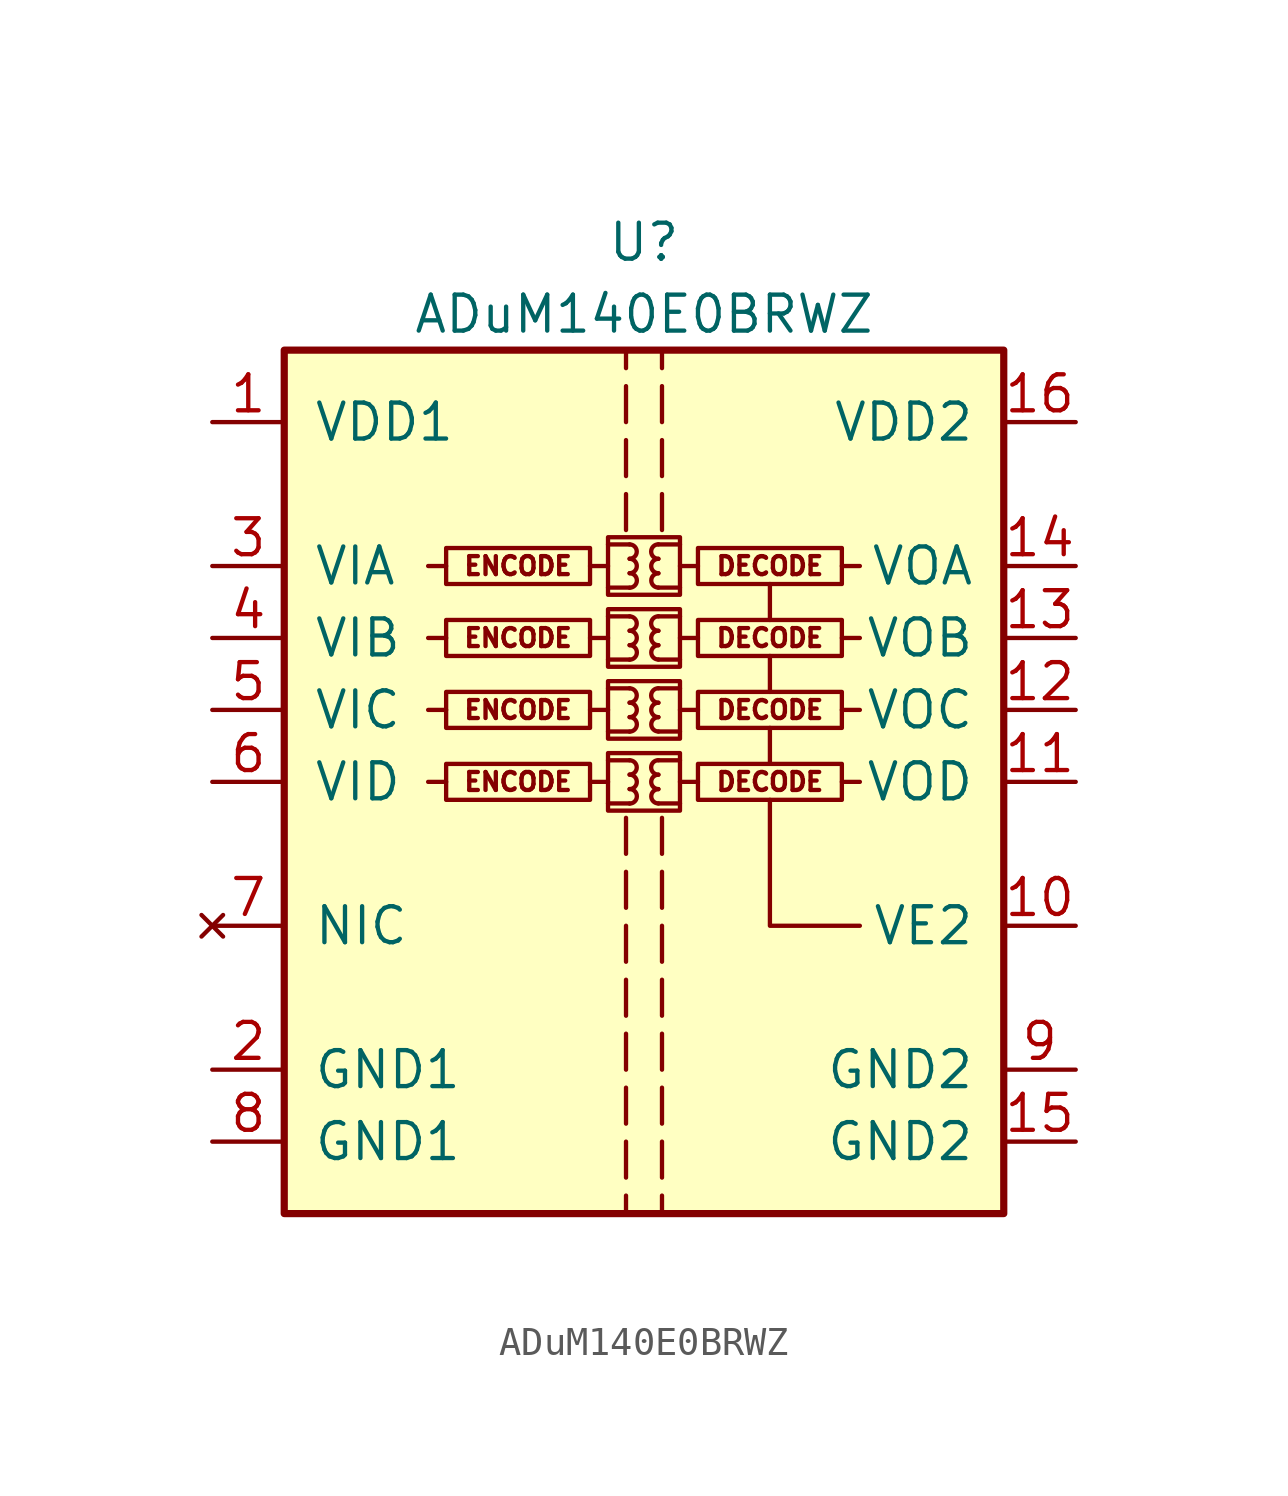
<source format=kicad_sym>
(kicad_symbol_lib
  (version 20220914)
  (generator kicad_symbol_editor)
  (symbol "ADuM140E0BRWZ"
    (pin_names
      (offset 1.016))
    (property "Reference" "U"
      (at 0 19.05 0)
      (effects (font (size 1.27 1.27))))
    (property "Value" "ADuM140E0BRWZ"
      (at 0 16.51 0)
      (effects (font (size 1.27 1.27))))
    (symbol "ADuM140E0BRWZ_0_0"
      (rectangle (start -1.905 0.635) (end -6.985 -0.635) (stroke (width 0) (type solid)) (fill (type none)))
      (rectangle (start -1.27 1.016) (end 1.27 -1.016) (stroke (width 0) (type solid)) (fill (type none)))
      (rectangle (start -1.27 3.556) (end 1.27 1.524) (stroke (width 0) (type solid)) (fill (type none)))
      (rectangle (start -1.27 6.096) (end 1.27 4.064) (stroke (width 0) (type solid)) (fill (type none)))
      (rectangle (start -1.27 8.636) (end 1.27 6.604) (stroke (width 0) (type solid)) (fill (type none)))
      (arc (start -0.508 -0.762) (mid -0.2551 -0.508) (end -0.508 -0.254) (stroke (width 0) (type solid)) (fill (type none)))
      (arc (start -0.508 -0.254) (mid -0.2551 0) (end -0.508 0.254) (stroke (width 0) (type solid)) (fill (type none)))
      (arc (start -0.508 0.254) (mid -0.2551 0.508) (end -0.508 0.762) (stroke (width 0) (type solid)) (fill (type none)))
      (arc (start -0.508 1.778) (mid -0.2551 2.032) (end -0.508 2.286) (stroke (width 0) (type solid)) (fill (type none)))
      (arc (start -0.508 2.286) (mid -0.2551 2.54) (end -0.508 2.794) (stroke (width 0) (type solid)) (fill (type none)))
      (arc (start -0.508 2.794) (mid -0.2551 3.048) (end -0.508 3.302) (stroke (width 0) (type solid)) (fill (type none)))
      (arc (start -0.508 4.318) (mid -0.2551 4.572) (end -0.508 4.826) (stroke (width 0) (type solid)) (fill (type none)))
      (arc (start -0.508 4.826) (mid -0.2551 5.08) (end -0.508 5.334) (stroke (width 0) (type solid)) (fill (type none)))
      (arc (start -0.508 5.334) (mid -0.2551 5.588) (end -0.508 5.842) (stroke (width 0) (type solid)) (fill (type none)))
      (arc (start -0.508 6.858) (mid -0.2551 7.112) (end -0.508 7.366) (stroke (width 0) (type solid)) (fill (type none)))
      (arc (start -0.508 7.366) (mid -0.2551 7.62) (end -0.508 7.874) (stroke (width 0) (type solid)) (fill (type none)))
      (arc (start -0.508 7.874) (mid -0.2551 8.128) (end -0.508 8.382) (stroke (width 0) (type solid)) (fill (type none)))
      (polyline (pts (xy -6.985 0) (xy -7.62 0)) (stroke (width 0) (type solid)) (fill (type none)))
      (polyline (pts (xy -6.985 2.54) (xy -7.62 2.54)) (stroke (width 0) (type solid)) (fill (type none)))
      (polyline (pts (xy -6.985 5.08) (xy -7.62 5.08)) (stroke (width 0) (type solid)) (fill (type none)))
      (polyline (pts (xy -6.985 7.62) (xy -7.62 7.62)) (stroke (width 0) (type solid)) (fill (type none)))
      (polyline (pts (xy -1.905 0) (xy -1.27 0)) (stroke (width 0) (type solid)) (fill (type none)))
      (polyline (pts (xy -1.905 2.54) (xy -1.27 2.54)) (stroke (width 0) (type solid)) (fill (type none)))
      (polyline (pts (xy -1.905 5.08) (xy -1.27 5.08)) (stroke (width 0) (type solid)) (fill (type none)))
      (polyline (pts (xy -1.905 7.62) (xy -1.27 7.62)) (stroke (width 0) (type solid)) (fill (type none)))
      (polyline (pts (xy -1.27 -0.762) (xy -0.508 -0.762)) (stroke (width 0) (type solid)) (fill (type none)))
      (polyline (pts (xy -1.27 0.762) (xy -0.508 0.762)) (stroke (width 0) (type solid)) (fill (type none)))
      (polyline (pts (xy -1.27 1.778) (xy -0.508 1.778)) (stroke (width 0) (type solid)) (fill (type none)))
      (polyline (pts (xy -1.27 3.302) (xy -0.508 3.302)) (stroke (width 0) (type solid)) (fill (type none)))
      (polyline (pts (xy -1.27 4.318) (xy -0.508 4.318)) (stroke (width 0) (type solid)) (fill (type none)))
      (polyline (pts (xy -1.27 5.842) (xy -0.508 5.842)) (stroke (width 0) (type solid)) (fill (type none)))
      (polyline (pts (xy -1.27 6.858) (xy -0.508 6.858)) (stroke (width 0) (type solid)) (fill (type none)))
      (polyline (pts (xy -1.27 8.382) (xy -0.508 8.382)) (stroke (width 0) (type solid)) (fill (type none)))
      (polyline (pts (xy -0.635 -10.795) (xy -0.635 -12.065)) (stroke (width 0) (type solid)) (fill (type none)))
      (polyline (pts (xy -0.635 -8.89) (xy -0.635 -10.16)) (stroke (width 0) (type solid)) (fill (type none)))
      (polyline (pts (xy -0.635 -6.985) (xy -0.635 -8.255)) (stroke (width 0) (type solid)) (fill (type none)))
      (polyline (pts (xy -0.635 -5.08) (xy -0.635 -6.35)) (stroke (width 0) (type solid)) (fill (type none)))
      (polyline (pts (xy -0.635 -3.175) (xy -0.635 -4.445)) (stroke (width 0) (type solid)) (fill (type none)))
      (polyline (pts (xy -0.635 -1.27) (xy -0.635 -2.54)) (stroke (width 0) (type solid)) (fill (type none)))
      (polyline (pts (xy -0.635 8.89) (xy -0.635 10.16)) (stroke (width 0) (type solid)) (fill (type none)))
      (polyline (pts (xy -0.635 10.795) (xy -0.635 12.065)) (stroke (width 0) (type solid)) (fill (type none)))
      (polyline (pts (xy -0.635 12.7) (xy -0.635 13.97)) (stroke (width 0) (type solid)) (fill (type none)))
      (polyline (pts (xy -0.635 15.24) (xy -0.635 14.605)) (stroke (width 0) (type solid)) (fill (type none)))
      (polyline (pts (xy 0.635 -10.795) (xy 0.635 -12.065)) (stroke (width 0) (type solid)) (fill (type none)))
      (polyline (pts (xy 0.635 -8.89) (xy 0.635 -10.16)) (stroke (width 0) (type solid)) (fill (type none)))
      (polyline (pts (xy 0.635 -6.985) (xy 0.635 -8.255)) (stroke (width 0) (type solid)) (fill (type none)))
      (polyline (pts (xy 0.635 -5.08) (xy 0.635 -6.35)) (stroke (width 0) (type solid)) (fill (type none)))
      (polyline (pts (xy 0.635 -3.175) (xy 0.635 -4.445)) (stroke (width 0) (type solid)) (fill (type none)))
      (polyline (pts (xy 0.635 -1.27) (xy 0.635 -2.54)) (stroke (width 0) (type solid)) (fill (type none)))
      (polyline (pts (xy 0.635 8.89) (xy 0.635 10.16)) (stroke (width 0) (type solid)) (fill (type none)))
      (polyline (pts (xy 0.635 12.065) (xy 0.635 10.795)) (stroke (width 0) (type solid)) (fill (type none)))
      (polyline (pts (xy 0.635 13.97) (xy 0.635 12.7)) (stroke (width 0) (type solid)) (fill (type none)))
      (polyline (pts (xy 0.635 14.605) (xy 0.635 15.24)) (stroke (width 0) (type solid)) (fill (type none)))
      (polyline (pts (xy 1.27 -0.762) (xy 0.508 -0.762)) (stroke (width 0) (type solid)) (fill (type none)))
      (polyline (pts (xy 1.27 0.762) (xy 0.508 0.762)) (stroke (width 0) (type solid)) (fill (type none)))
      (polyline (pts (xy 1.27 1.778) (xy 0.508 1.778)) (stroke (width 0) (type solid)) (fill (type none)))
      (polyline (pts (xy 1.27 3.302) (xy 0.508 3.302)) (stroke (width 0) (type solid)) (fill (type none)))
      (polyline (pts (xy 1.27 4.318) (xy 0.508 4.318)) (stroke (width 0) (type solid)) (fill (type none)))
      (polyline (pts (xy 1.27 5.842) (xy 0.508 5.842)) (stroke (width 0) (type solid)) (fill (type none)))
      (polyline (pts (xy 1.27 6.858) (xy 0.508 6.858)) (stroke (width 0) (type solid)) (fill (type none)))
      (polyline (pts (xy 1.27 8.382) (xy 0.508 8.382)) (stroke (width 0) (type solid)) (fill (type none)))
      (polyline (pts (xy 1.905 0) (xy 1.27 0)) (stroke (width 0) (type solid)) (fill (type none)))
      (polyline (pts (xy 1.905 2.54) (xy 1.27 2.54)) (stroke (width 0) (type solid)) (fill (type none)))
      (polyline (pts (xy 1.905 5.08) (xy 1.27 5.08)) (stroke (width 0) (type solid)) (fill (type none)))
      (polyline (pts (xy 1.905 7.62) (xy 1.27 7.62)) (stroke (width 0) (type solid)) (fill (type none)))
      (polyline (pts (xy 4.445 0.635) (xy 4.445 1.905)) (stroke (width 0) (type solid)) (fill (type none)))
      (polyline (pts (xy 4.445 3.175) (xy 4.445 4.445)) (stroke (width 0) (type solid)) (fill (type none)))
      (polyline (pts (xy 4.445 5.715) (xy 4.445 6.985)) (stroke (width 0) (type solid)) (fill (type none)))
      (polyline (pts (xy 6.985 0) (xy 7.62 0)) (stroke (width 0) (type solid)) (fill (type none)))
      (polyline (pts (xy 6.985 2.54) (xy 7.62 2.54)) (stroke (width 0) (type solid)) (fill (type none)))
      (polyline (pts (xy 6.985 5.08) (xy 7.62 5.08)) (stroke (width 0) (type solid)) (fill (type none)))
      (polyline (pts (xy 6.985 7.62) (xy 7.62 7.62)) (stroke (width 0) (type solid)) (fill (type none)))
      (polyline (pts (xy 5.715 -5.08) (xy 7.62 -5.08) (xy 4.445 -5.08) (xy 4.445 -0.635)) (stroke (width 0) (type solid)) (fill (type none)))
      (arc (start 0.508 -0.254) (mid 0.2551 -0.508) (end 0.508 -0.762) (stroke (width 0) (type solid)) (fill (type none)))
      (arc (start 0.508 0.254) (mid 0.2551 0) (end 0.508 -0.254) (stroke (width 0) (type solid)) (fill (type none)))
      (arc (start 0.508 0.762) (mid 0.2551 0.508) (end 0.508 0.254) (stroke (width 0) (type solid)) (fill (type none)))
      (arc (start 0.508 2.286) (mid 0.2551 2.032) (end 0.508 1.778) (stroke (width 0) (type solid)) (fill (type none)))
      (arc (start 0.508 2.794) (mid 0.2551 2.54) (end 0.508 2.286) (stroke (width 0) (type solid)) (fill (type none)))
      (arc (start 0.508 3.302) (mid 0.2551 3.048) (end 0.508 2.794) (stroke (width 0) (type solid)) (fill (type none)))
      (arc (start 0.508 4.826) (mid 0.2551 4.572) (end 0.508 4.318) (stroke (width 0) (type solid)) (fill (type none)))
      (arc (start 0.508 5.334) (mid 0.2551 5.08) (end 0.508 4.826) (stroke (width 0) (type solid)) (fill (type none)))
      (arc (start 0.508 5.842) (mid 0.2551 5.588) (end 0.508 5.334) (stroke (width 0) (type solid)) (fill (type none)))
      (arc (start 0.508 7.366) (mid 0.2551 7.112) (end 0.508 6.858) (stroke (width 0) (type solid)) (fill (type none)))
      (arc (start 0.508 7.874) (mid 0.2551 7.62) (end 0.508 7.366) (stroke (width 0) (type solid)) (fill (type none)))
      (arc (start 0.508 8.382) (mid 0.2551 8.128) (end 0.508 7.874) (stroke (width 0) (type solid)) (fill (type none)))
      (rectangle (start 1.905 0.635) (end 6.985 -0.635) (stroke (width 0) (type solid)) (fill (type none)))
      (rectangle (start 1.905 3.175) (end 6.985 1.905) (stroke (width 0) (type solid)) (fill (type none)))
      (rectangle (start 1.905 5.715) (end 6.985 4.445) (stroke (width 0) (type solid)) (fill (type none)))
      (rectangle (start 1.905 8.255) (end 6.985 6.985) (stroke (width 0) (type solid)) (fill (type none)))
      (text "DECODE" (at 4.445 0 0) (effects (font (size 0.635 0.635))))
      (text "DECODE" (at 4.445 2.54 0) (effects (font (size 0.635 0.635))))
      (text "DECODE" (at 4.445 5.08 0) (effects (font (size 0.635 0.635))))
      (text "DECODE" (at 4.445 7.62 0) (effects (font (size 0.635 0.635))))
      (text "ENCODE" (at -4.445 0 0) (effects (font (size 0.635 0.635))))
      (text "ENCODE" (at -4.445 2.54 0) (effects (font (size 0.635 0.635))))
      (text "ENCODE" (at -4.445 5.08 0) (effects (font (size 0.635 0.635))))
      (text "ENCODE" (at -4.445 7.62 0) (effects (font (size 0.635 0.635)))))
    (symbol "ADuM140E0BRWZ_0_1"
      (rectangle (start -12.7 15.24) (end 12.7 -15.24) (stroke (width 0.254) (type solid)) (fill (type background)))
      (rectangle (start -1.905 3.175) (end -6.985 1.905) (stroke (width 0) (type solid)) (fill (type none)))
      (rectangle (start -1.905 5.715) (end -6.985 4.445) (stroke (width 0) (type solid)) (fill (type none)))
      (rectangle (start -1.905 8.255) (end -6.985 6.985) (stroke (width 0) (type solid)) (fill (type none)))
      (polyline (pts (xy -0.635 -14.605) (xy -0.635 -15.24)) (stroke (width 0) (type solid)) (fill (type none)))
      (polyline (pts (xy -0.635 -12.7) (xy -0.635 -13.97)) (stroke (width 0) (type solid)) (fill (type none)))
      (polyline (pts (xy 0.635 -14.605) (xy 0.635 -15.24)) (stroke (width 0) (type solid)) (fill (type none)))
      (polyline (pts (xy 0.635 -12.7) (xy 0.635 -13.97)) (stroke (width 0) (type solid)) (fill (type none))))
    (symbol "ADuM140E0BRWZ_1_1"
      (pin power_in line (at -15.24 12.7 0) (length 2.54) (name "VDD1" (effects (font (size 1.27 1.27)))) (number "1" (effects (font (size 1.27 1.27)))))
      (pin input line (at 15.24 -5.08 180) (length 2.54) (name "VE2" (effects (font (size 1.27 1.27)))) (number "10" (effects (font (size 1.27 1.27)))))
      (pin output line (at 15.24 0 180) (length 2.54) (name "VOD" (effects (font (size 1.27 1.27)))) (number "11" (effects (font (size 1.27 1.27)))))
      (pin output line (at 15.24 2.54 180) (length 2.54) (name "VOC" (effects (font (size 1.27 1.27)))) (number "12" (effects (font (size 1.27 1.27)))))
      (pin output line (at 15.24 5.08 180) (length 2.54) (name "VOB" (effects (font (size 1.27 1.27)))) (number "13" (effects (font (size 1.27 1.27)))))
      (pin output line (at 15.24 7.62 180) (length 2.54) (name "VOA" (effects (font (size 1.27 1.27)))) (number "14" (effects (font (size 1.27 1.27)))))
      (pin power_in line (at 15.24 -12.7 180) (length 2.54) (name "GND2" (effects (font (size 1.27 1.27)))) (number "15" (effects (font (size 1.27 1.27)))))
      (pin power_in line (at 15.24 12.7 180) (length 2.54) (name "VDD2" (effects (font (size 1.27 1.27)))) (number "16" (effects (font (size 1.27 1.27)))))
      (pin power_in line (at -15.24 -10.16 0) (length 2.54) (name "GND1" (effects (font (size 1.27 1.27)))) (number "2" (effects (font (size 1.27 1.27)))))
      (pin input line (at -15.24 7.62 0) (length 2.54) (name "VIA" (effects (font (size 1.27 1.27)))) (number "3" (effects (font (size 1.27 1.27)))))
      (pin input line (at -15.24 5.08 0) (length 2.54) (name "VIB" (effects (font (size 1.27 1.27)))) (number "4" (effects (font (size 1.27 1.27)))))
      (pin input line (at -15.24 2.54 0) (length 2.54) (name "VIC" (effects (font (size 1.27 1.27)))) (number "5" (effects (font (size 1.27 1.27)))))
      (pin input line (at -15.24 0 0) (length 2.54) (name "VID" (effects (font (size 1.27 1.27)))) (number "6" (effects (font (size 1.27 1.27)))))
      (pin no_connect line (at -15.24 -5.08 0) (length 2.54) (name "NIC" (effects (font (size 1.27 1.27)))) (number "7" (effects (font (size 1.27 1.27)))))
      (pin power_in line (at -15.24 -12.7 0) (length 2.54) (name "GND1" (effects (font (size 1.27 1.27)))) (number "8" (effects (font (size 1.27 1.27)))))
      (pin power_in line (at 15.24 -10.16 180) (length 2.54) (name "GND2" (effects (font (size 1.27 1.27)))) (number "9" (effects (font (size 1.27 1.27))))))))
</source>
